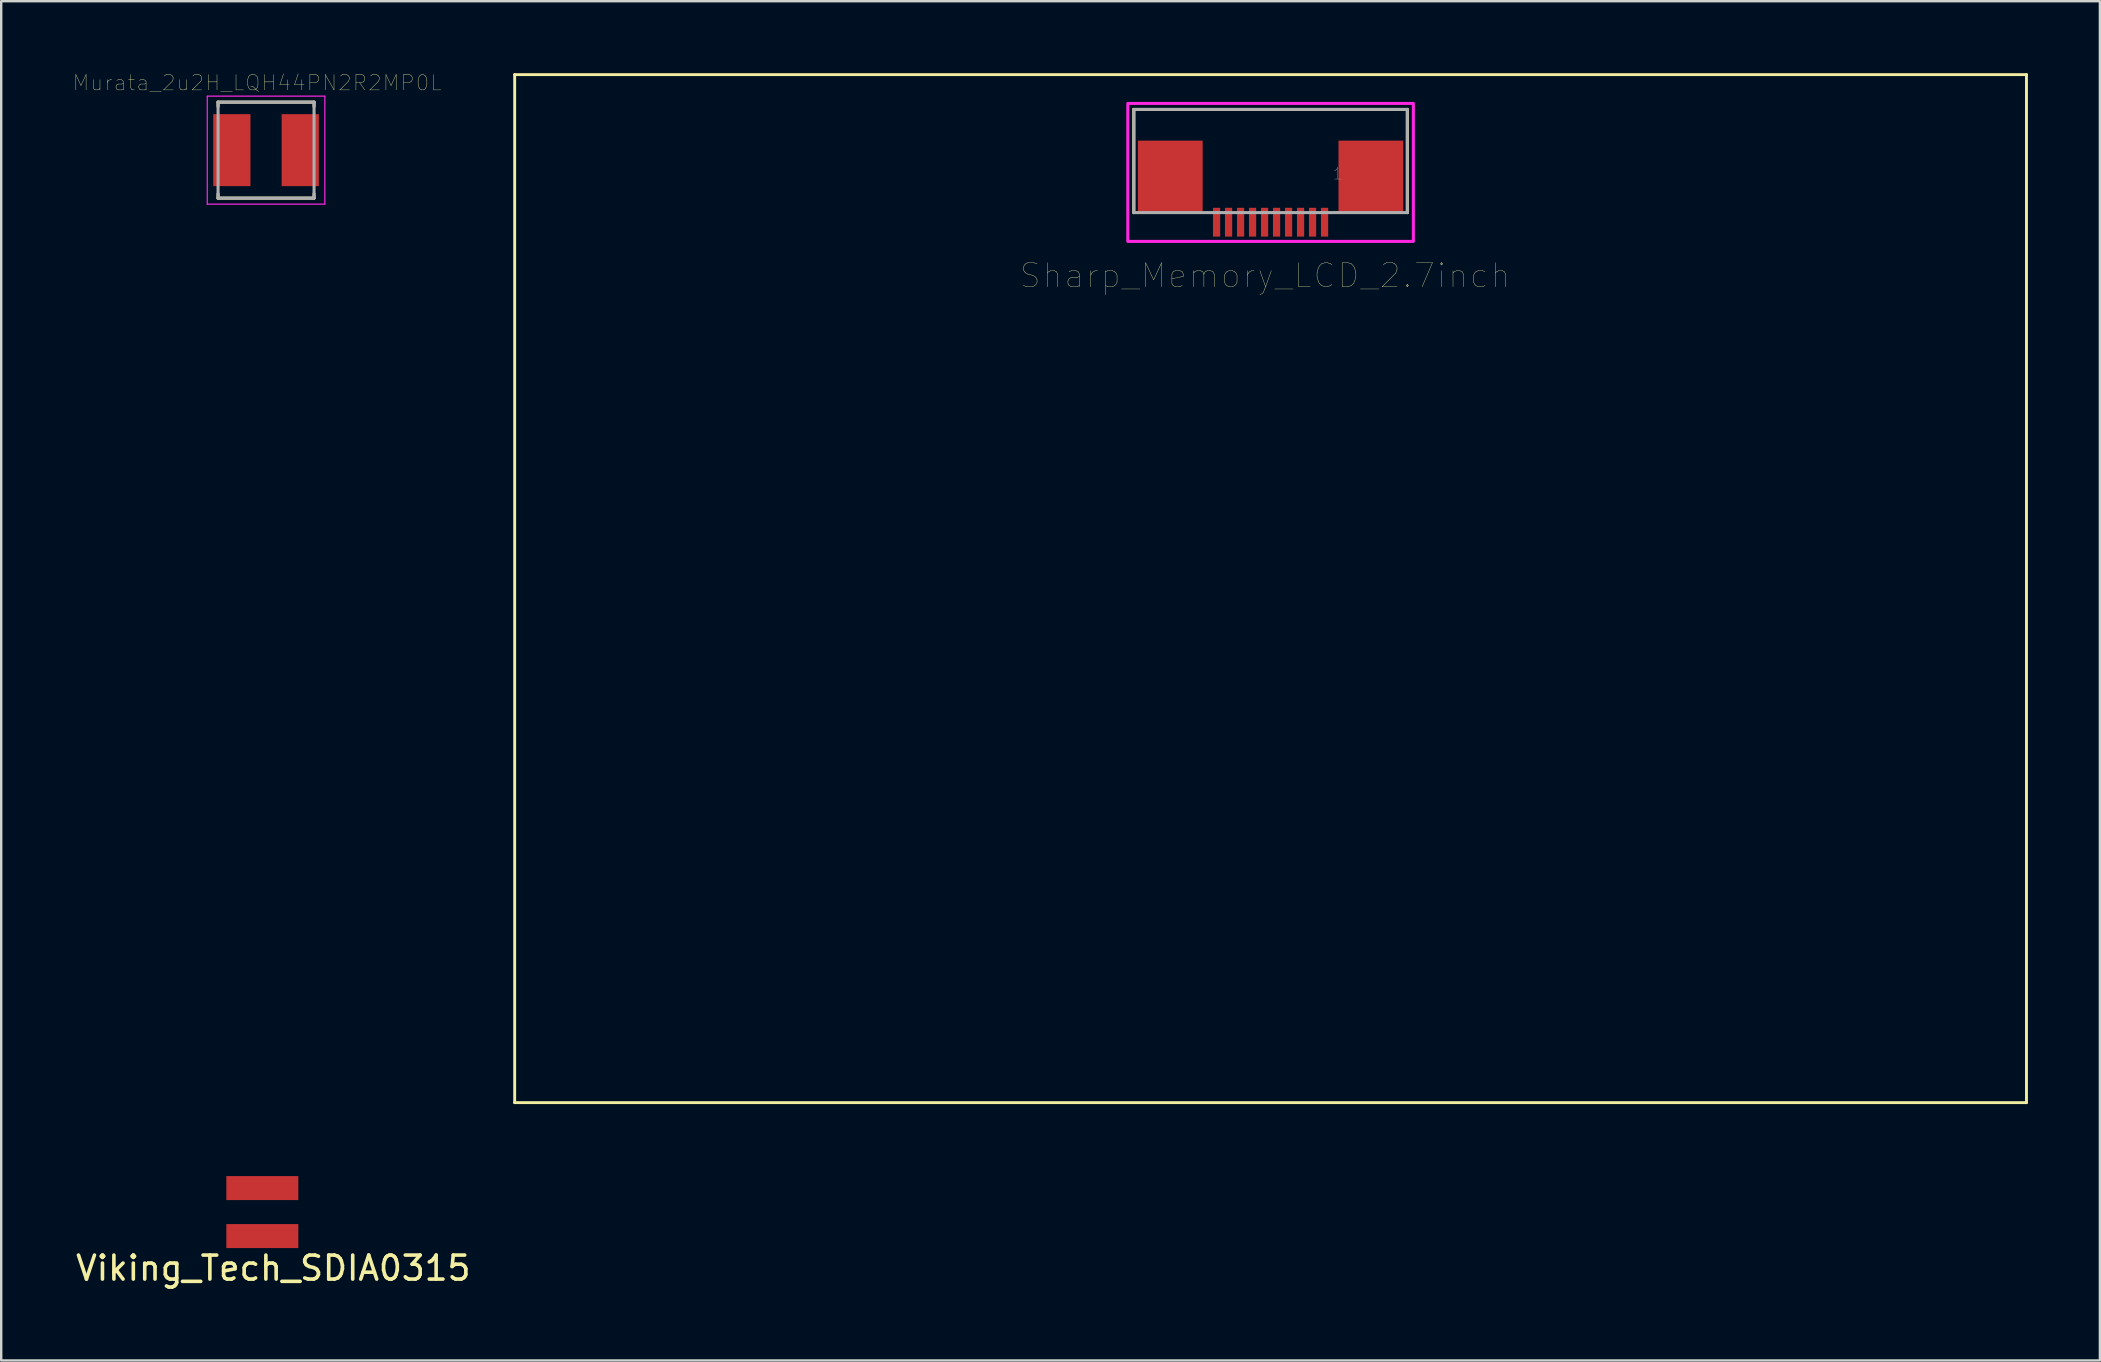
<source format=kicad_pcb>
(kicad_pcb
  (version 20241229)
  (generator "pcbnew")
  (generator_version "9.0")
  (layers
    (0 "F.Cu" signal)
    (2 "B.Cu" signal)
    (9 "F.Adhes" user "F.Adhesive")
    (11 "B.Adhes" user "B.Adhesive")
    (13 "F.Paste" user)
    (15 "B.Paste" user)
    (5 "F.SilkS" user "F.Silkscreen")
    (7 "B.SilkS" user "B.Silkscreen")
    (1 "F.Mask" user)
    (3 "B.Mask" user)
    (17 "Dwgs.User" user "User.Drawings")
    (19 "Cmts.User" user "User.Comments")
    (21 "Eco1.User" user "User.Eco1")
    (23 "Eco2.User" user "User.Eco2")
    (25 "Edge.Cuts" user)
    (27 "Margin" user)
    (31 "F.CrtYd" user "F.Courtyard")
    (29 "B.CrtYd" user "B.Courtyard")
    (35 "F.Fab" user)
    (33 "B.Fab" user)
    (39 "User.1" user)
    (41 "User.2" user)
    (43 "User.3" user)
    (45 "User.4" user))
  (footprint "Sharp_Memory_LCD_2.7inch"
    (layer "F.Cu")
    (at 49.898 21.48)
    (property "Reference" "Sharp_Memory_LCD_2.7inch" (at -0.231 -13.045 180) (layer "F.SilkS") (effects (font (size 1 1) (thickness 0.015))))
    (attr through_hole)
    (fp_line (start -31.5 -21.42) (end -31.5 21.42) (stroke (width 0.12) (type solid)) (layer "F.SilkS"))
    (fp_line (start -31.5 -21.42) (end 31.5 -21.42) (stroke (width 0.12) (type solid)) (layer "F.SilkS"))
    (fp_line (start -5.7 -19.97) (end -5.7 -15.67) (stroke (width 0.127) (type solid)) (layer "F.SilkS"))
    (fp_line (start 5.7 -19.97) (end -5.7 -19.97) (stroke (width 0.127) (type solid)) (layer "F.SilkS"))
    (fp_line (start 5.7 -15.67) (end 5.7 -19.97) (stroke (width 0.127) (type solid)) (layer "F.SilkS"))
    (fp_line (start 31.5 -21.42) (end 31.5 21.42) (stroke (width 0.12) (type solid)) (layer "F.SilkS"))
    (fp_line (start 31.5 21.42) (end -31.5 21.42) (stroke (width 0.12) (type solid)) (layer "F.SilkS"))
    (fp_poly (pts (xy 5.95 -14.47) (xy -5.95 -14.47) (xy -5.95 -20.22) (xy 5.95 -20.22)) (stroke (width 0.127) (type solid)) (fill no) (layer "F.CrtYd"))
    (fp_line (start -5.7 -15.67) (end -5.7 -19.97) (stroke (width 0.127) (type solid)) (layer "F.Fab"))
    (fp_line (start 5.7 -19.97) (end -5.7 -19.97) (stroke (width 0.127) (type solid)) (layer "F.Fab"))
    (fp_line (start 5.7 -19.97) (end 5.7 -15.67) (stroke (width 0.127) (type solid)) (layer "F.Fab"))
    (fp_line (start 5.7 -15.67) (end -5.7 -15.67) (stroke (width 0.127) (type solid)) (layer "F.Fab"))
    (fp_text user "1" (at 2.8 -17.29 180) (layer "F.Fab") (effects (font (size 0.48 0.48) (thickness 0.015))))
    (pad "1" smd rect (at 2.25 -15.27 180) (size 0.3 1.2) (layers "F.Cu" "F.Mask" "F.Paste"))
    (pad "2" smd rect (at 1.75 -15.27 180) (size 0.3 1.2) (layers "F.Cu" "F.Mask" "F.Paste"))
    (pad "3" smd rect (at 1.25 -15.27 180) (size 0.3 1.2) (layers "F.Cu" "F.Mask" "F.Paste"))
    (pad "4" smd rect (at 0.75 -15.27 180) (size 0.3 1.2) (layers "F.Cu" "F.Mask" "F.Paste"))
    (pad "5" smd rect (at 0.25 -15.27 180) (size 0.3 1.2) (layers "F.Cu" "F.Mask" "F.Paste"))
    (pad "6" smd rect (at -0.25 -15.27 180) (size 0.3 1.2) (layers "F.Cu" "F.Mask" "F.Paste"))
    (pad "7" smd rect (at -0.75 -15.27 180) (size 0.3 1.2) (layers "F.Cu" "F.Mask" "F.Paste"))
    (pad "8" smd rect (at -1.25 -15.27 180) (size 0.3 1.2) (layers "F.Cu" "F.Mask" "F.Paste"))
    (pad "9" smd rect (at -1.75 -15.27 180) (size 0.3 1.2) (layers "F.Cu" "F.Mask" "F.Paste"))
    (pad "10" smd rect (at -2.25 -15.27 180) (size 0.3 1.2) (layers "F.Cu" "F.Mask" "F.Paste"))
    (pad "Z1" smd rect (at 4.18 -17.17 180) (size 2.7 3) (layers "F.Cu" "F.Mask" "F.Paste"))
    (pad "Z2" smd rect (at -4.18 -17.17 180) (size 2.7 3) (layers "F.Cu" "F.Mask" "F.Paste")))
  (footprint "Viking_Tech_SDIA0315"
    (layer "F.Cu")
    (at 7.882 47.46)
    (property "Reference" "Viking_Tech_SDIA0315" (at 0.457 2.337 0) (layer "F.SilkS") (effects (font (size 1 1) (thickness 0.15))))
    (attr through_hole)
    (pad "1" smd rect (at 0 1) (size 3 1) (layers "F.Cu" "F.Mask" "F.Paste"))
    (pad "2" smd rect (at 0 -1) (size 3 1) (layers "F.Cu" "F.Mask" "F.Paste")))
  (footprint "Murata_2u2H_LQH44PN2R2MP0L"
    (layer "F.Cu")
    (at 8.037 3.207)
    (property "Reference" "Murata_2u2H_LQH44PN2R2MP0L" (at -0.368 -2.806 0) (layer "F.SilkS") (effects (font (size 0.64 0.64) (thickness 0.015))))
    (attr through_hole)
    (fp_line (start -2 -2) (end -2 -1.82) (stroke (width 0.127) (type solid)) (layer "F.SilkS"))
    (fp_line (start -2 -2) (end 2 -2) (stroke (width 0.127) (type solid)) (layer "F.SilkS"))
    (fp_line (start -2 2) (end -2 1.82) (stroke (width 0.127) (type solid)) (layer "F.SilkS"))
    (fp_line (start -2 2) (end 2 2) (stroke (width 0.127) (type solid)) (layer "F.SilkS"))
    (fp_line (start 2 -2) (end 2 -1.82) (stroke (width 0.127) (type solid)) (layer "F.SilkS"))
    (fp_line (start 2 2) (end 2 1.82) (stroke (width 0.127) (type solid)) (layer "F.SilkS"))
    (fp_line (start -2.45 -2.25) (end 2.45 -2.25) (stroke (width 0.05) (type solid)) (layer "F.CrtYd"))
    (fp_line (start -2.45 2.25) (end -2.45 -2.25) (stroke (width 0.05) (type solid)) (layer "F.CrtYd"))
    (fp_line (start 2.45 -2.25) (end 2.45 2.25) (stroke (width 0.05) (type solid)) (layer "F.CrtYd"))
    (fp_line (start 2.45 2.25) (end -2.45 2.25) (stroke (width 0.05) (type solid)) (layer "F.CrtYd"))
    (fp_line (start -2 -2) (end 2 -2) (stroke (width 0.127) (type solid)) (layer "F.Fab"))
    (fp_line (start -2 2) (end -2 -2) (stroke (width 0.127) (type solid)) (layer "F.Fab"))
    (fp_line (start 2 -2) (end 2 2) (stroke (width 0.127) (type solid)) (layer "F.Fab"))
    (fp_line (start 2 2) (end -2 2) (stroke (width 0.127) (type solid)) (layer "F.Fab"))
    (pad "1" smd rect (at -1.425 0) (size 1.55 3) (layers "F.Cu" "F.Mask" "F.Paste"))
    (pad "2" smd rect (at 1.425 0) (size 1.55 3) (layers "F.Cu" "F.Mask" "F.Paste")))
  (gr_rect
    (start -3 -3)
    (end 84.458 53.645)
    (stroke (width 0.1) (type default))
    (fill no)
    (layer "Edge.Cuts")))
</source>
